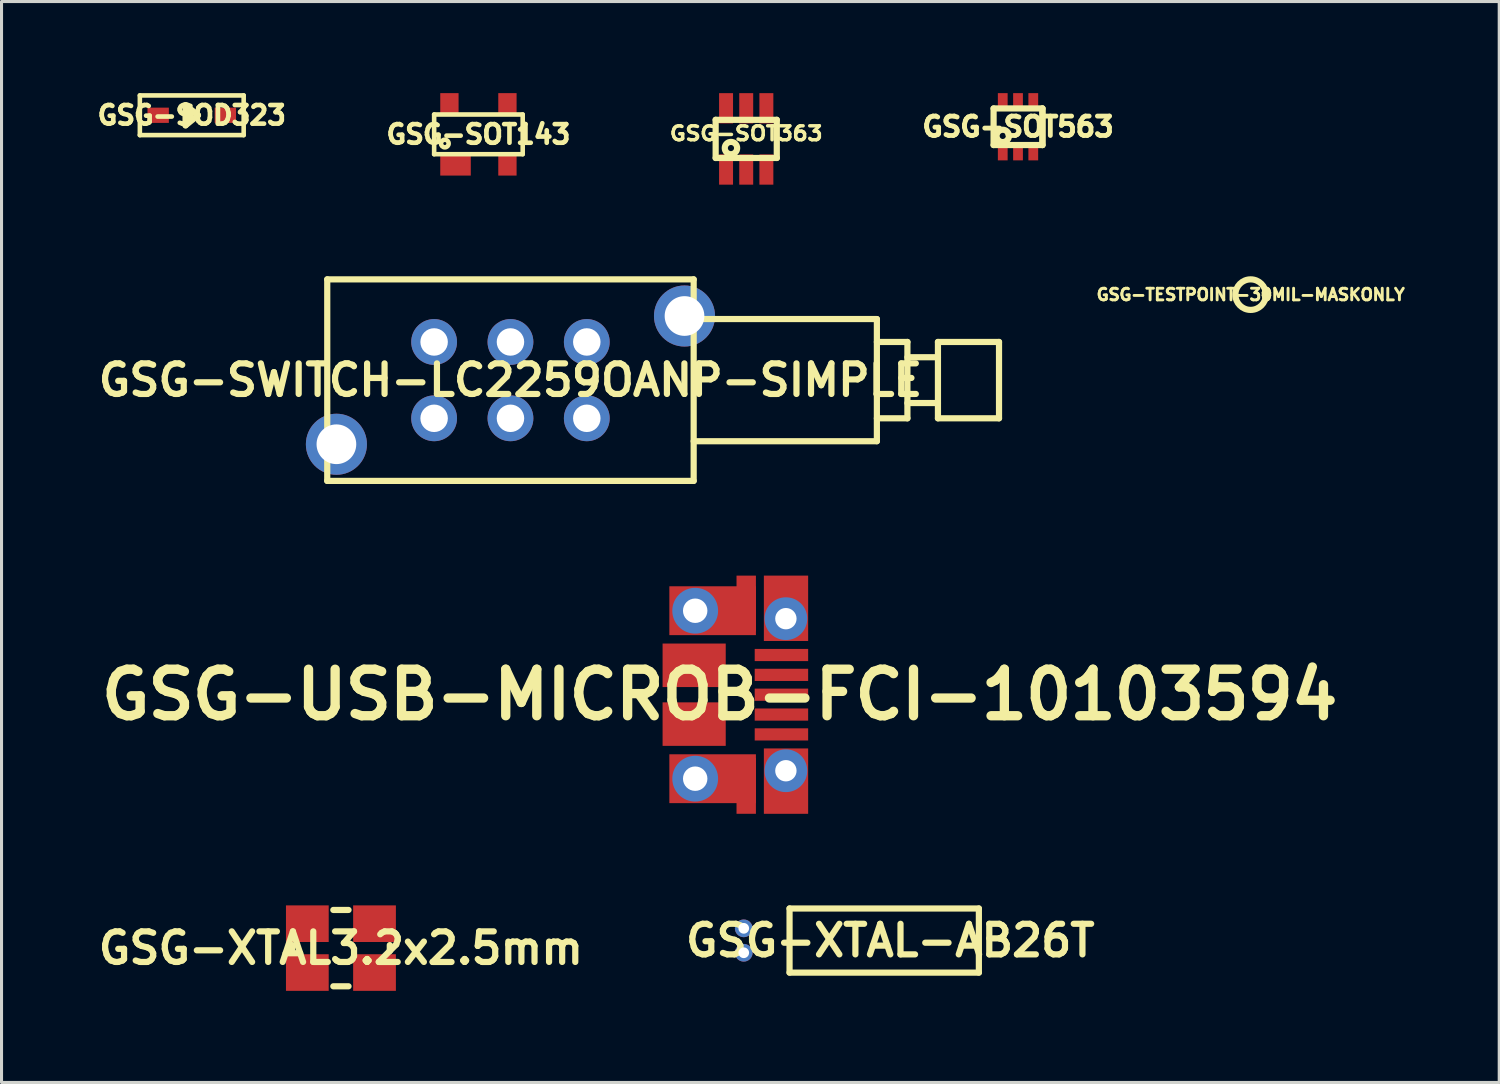
<source format=kicad_pcb>
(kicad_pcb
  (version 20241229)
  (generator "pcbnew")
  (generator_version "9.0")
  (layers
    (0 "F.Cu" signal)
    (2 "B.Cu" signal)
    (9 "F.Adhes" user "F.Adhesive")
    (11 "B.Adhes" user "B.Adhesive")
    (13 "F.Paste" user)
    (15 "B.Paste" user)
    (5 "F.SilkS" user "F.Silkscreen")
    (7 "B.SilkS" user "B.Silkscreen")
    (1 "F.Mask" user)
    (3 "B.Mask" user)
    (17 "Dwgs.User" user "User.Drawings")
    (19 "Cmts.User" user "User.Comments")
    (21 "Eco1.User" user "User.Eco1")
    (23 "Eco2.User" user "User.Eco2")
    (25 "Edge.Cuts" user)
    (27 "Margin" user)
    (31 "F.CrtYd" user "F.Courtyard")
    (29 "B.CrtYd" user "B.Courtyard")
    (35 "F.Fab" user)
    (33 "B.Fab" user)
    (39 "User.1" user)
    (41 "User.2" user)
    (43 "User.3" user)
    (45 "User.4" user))
  (footprint "GSG-XTAL-AB26T"
    (layer "F.Cu")
    (at 21.307 27.752)
    (property "Reference" "GSG-XTAL-AB26T" (at 4.8 0 0) (layer "F.SilkS") (effects (font (size 1.001 1.001) (thickness 0.203))))
    (attr through_hole)
    (fp_line (start 1.5 -1.05) (end 1.5 1.05) (stroke (width 0.203) (type solid)) (layer "F.SilkS"))
    (fp_line (start 1.5 1.05) (end 7.7 1.05) (stroke (width 0.203) (type solid)) (layer "F.SilkS"))
    (fp_line (start 7.7 -1.05) (end 1.5 -1.05) (stroke (width 0.203) (type solid)) (layer "F.SilkS"))
    (fp_line (start 7.7 1.05) (end 7.7 -1.05) (stroke (width 0.203) (type solid)) (layer "F.SilkS"))
    (pad "1" thru_hole circle (at 0 -0.4) (size 0.58 0.58) (drill 0.35) (layers "*.Cu" "*.Mask"))
    (pad "2" thru_hole circle (at 0 0.4) (size 0.58 0.58) (drill 0.35) (layers "*.Cu" "*.Mask")))
  (footprint "GSG-SOT363"
    (layer "F.Cu")
    (at 21.388 1.499)
    (property "Reference" "GSG-SOT363" (at 0 -0.178 0) (layer "F.SilkS") (effects (font (size 0.457 0.508) (thickness 0.114))))
    (attr through_hole)
    (fp_line (start -1.001 -0.625) (end 1.001 -0.625) (stroke (width 0.203) (type solid)) (layer "F.SilkS"))
    (fp_line (start -1.001 0.625) (end -1.001 -0.625) (stroke (width 0.203) (type solid)) (layer "F.SilkS"))
    (fp_line (start 1.001 -0.625) (end 1.001 0.625) (stroke (width 0.203) (type solid)) (layer "F.SilkS"))
    (fp_line (start 1.001 0.625) (end -1.001 0.625) (stroke (width 0.203) (type solid)) (layer "F.SilkS"))
    (fp_circle (center -0.5 0.3) (end -0.399 0.3) (stroke (width 0.203) (type solid)) (fill no) (layer "F.SilkS"))
    (pad "1" smd rect (at -0.66 1.003) (size 0.457 0.991) (layers "F.Cu" "F.Mask" "F.Paste"))
    (pad "2" smd rect (at 0 1.003) (size 0.457 0.991) (layers "F.Cu" "F.Mask" "F.Paste"))
    (pad "3" smd rect (at 0.66 1.003) (size 0.457 0.991) (layers "F.Cu" "F.Mask" "F.Paste"))
    (pad "4" smd rect (at 0.66 -1.003) (size 0.457 0.991) (layers "F.Cu" "F.Mask" "F.Paste"))
    (pad "5" smd rect (at 0 -1.003) (size 0.457 0.991) (layers "F.Cu" "F.Mask" "F.Paste"))
    (pad "6" smd rect (at -0.66 -1.003) (size 0.457 0.991) (layers "F.Cu" "F.Mask" "F.Paste")))
  (footprint "GSG-SOT143"
    (layer "F.Cu")
    (at 12.618 1.35)
    (property "Reference" "GSG-SOT143" (at 0 0 0) (layer "F.SilkS") (effects (font (size 0.61 0.61) (thickness 0.152))))
    (attr through_hole)
    (fp_line (start -1.45 -0.65) (end 1.45 -0.65) (stroke (width 0.15) (type solid)) (layer "F.SilkS"))
    (fp_line (start -1.45 0.65) (end -1.45 -0.65) (stroke (width 0.15) (type solid)) (layer "F.SilkS"))
    (fp_line (start 1.45 -0.65) (end 1.45 0.65) (stroke (width 0.15) (type solid)) (layer "F.SilkS"))
    (fp_line (start 1.45 0.65) (end -1.45 0.65) (stroke (width 0.15) (type solid)) (layer "F.SilkS"))
    (fp_circle (center -1.1 0.3) (end -1.15 0.3) (stroke (width 0.15) (type solid)) (fill no) (layer "F.SilkS"))
    (pad "1" smd rect (at -0.75 1) (size 1 0.7) (layers "F.Cu" "F.Mask" "F.Paste"))
    (pad "2" smd rect (at 0.95 1) (size 0.6 0.7) (layers "F.Cu" "F.Mask" "F.Paste"))
    (pad "3" smd rect (at 0.95 -1) (size 0.6 0.7) (layers "F.Cu" "F.Mask" "F.Paste"))
    (pad "4" smd rect (at -0.95 -1) (size 0.6 0.7) (layers "F.Cu" "F.Mask" "F.Paste")))
  (footprint "GSG-SOD323"
    (layer "F.Cu")
    (at 3.23 0.725)
    (property "Reference" "GSG-SOD323" (at 0 0 0) (layer "F.SilkS") (effects (font (size 0.61 0.61) (thickness 0.152))))
    (attr through_hole)
    (fp_line (start -1.7 -0.65) (end 1.7 -0.65) (stroke (width 0.15) (type solid)) (layer "F.SilkS"))
    (fp_line (start -1.7 0.65) (end -1.7 -0.65) (stroke (width 0.15) (type solid)) (layer "F.SilkS"))
    (fp_line (start -0.203 -0.33) (end -0.203 0.33) (stroke (width 0.203) (type solid)) (layer "F.SilkS"))
    (fp_line (start -0.203 0.33) (end 0.203 0) (stroke (width 0.203) (type solid)) (layer "F.SilkS"))
    (fp_line (start -0.051 0.076) (end -0.051 -0.076) (stroke (width 0.203) (type solid)) (layer "F.SilkS"))
    (fp_line (start 0.203 0) (end -0.203 -0.33) (stroke (width 0.203) (type solid)) (layer "F.SilkS"))
    (fp_line (start 1.7 -0.65) (end 1.7 0.65) (stroke (width 0.15) (type solid)) (layer "F.SilkS"))
    (fp_line (start 1.7 0.65) (end -1.7 0.65) (stroke (width 0.15) (type solid)) (layer "F.SilkS"))
    (pad "1" smd rect (at -1.1 0) (size 0.7 0.5) (layers "F.Cu" "F.Mask" "F.Paste"))
    (pad "2" smd rect (at 1.1 0) (size 0.7 0.5) (layers "F.Cu" "F.Mask" "F.Paste")))
  (footprint "GSG-XTAL3.2x2.5mm"
    (layer "F.Cu")
    (at 8.115 28)
    (property "Reference" "GSG-XTAL3.2x2.5mm" (at 0 0 0) (layer "F.SilkS") (effects (font (size 1.001 1.001) (thickness 0.203))))
    (attr through_hole)
    (fp_line (start -1.6 0.099) (end -1.6 -0.099) (stroke (width 0.203) (type solid)) (layer "F.SilkS"))
    (fp_line (start -0.249 -1.25) (end 0.249 -1.25) (stroke (width 0.203) (type solid)) (layer "F.SilkS"))
    (fp_line (start -0.249 1.25) (end 0.249 1.25) (stroke (width 0.203) (type solid)) (layer "F.SilkS"))
    (fp_line (start 1.6 0.099) (end 1.6 -0.099) (stroke (width 0.203) (type solid)) (layer "F.SilkS"))
    (pad "1" smd rect (at -1.1 0.8) (size 1.4 1.199) (layers "F.Cu" "F.Mask" "F.Paste"))
    (pad "2" smd rect (at 1.1 0.8) (size 1.4 1.199) (layers "F.Cu" "F.Mask" "F.Paste"))
    (pad "3" smd rect (at 1.1 -0.8) (size 1.4 1.199) (layers "F.Cu" "F.Mask" "F.Paste"))
    (pad "4" smd rect (at -1.1 -0.8) (size 1.4 1.199) (layers "F.Cu" "F.Mask" "F.Paste")))
  (footprint "GSG-USB-MICROB-FCI-10103594"
    (layer "F.Cu")
    (at 18.017 19.701)
    (property "Reference" "GSG-USB-MICROB-FCI-10103594" (at 2.499 0 0) (layer "F.SilkS") (effects (font (size 1.524 1.524) (thickness 0.305))))
    (attr through_hole)
    (pad "0" smd rect (at 1.666 -0.963) (size 2.068 1.425) (layers "F.Cu" "F.Mask" "F.Paste"))
    (pad "0" smd rect (at 1.666 0.963) (size 2.068 1.425) (layers "F.Cu" "F.Mask" "F.Paste"))
    (pad "0" thru_hole circle (at 1.7 -2.75) (size 1.5 1.5) (drill 0.8) (layers "*.Cu" "*.Mask"))
    (pad "0" thru_hole circle (at 1.7 2.75) (size 1.5 1.5) (drill 0.8) (layers "*.Cu" "*.Mask"))
    (pad "0" smd rect (at 2.271 -2.751) (size 2.835 1.6) (layers "F.Cu" "F.Mask" "F.Paste"))
    (pad "0" smd rect (at 2.271 2.751) (size 2.835 1.6) (layers "F.Cu" "F.Mask" "F.Paste"))
    (pad "0" smd rect (at 3.371 -2.987) (size 0.635 1.826) (layers "F.Cu" "F.Mask"))
    (pad "0" smd rect (at 3.371 2.987) (size 0.635 1.826) (layers "F.Cu" "F.Mask"))
    (pad "0" thru_hole circle (at 4.67 -2.49) (size 1.4 1.4) (drill 0.7) (layers "*.Cu" "*.Mask"))
    (pad "0" thru_hole circle (at 4.67 2.49) (size 1.4 1.4) (drill 0.7) (layers "*.Cu" "*.Mask"))
    (pad "0" smd rect (at 4.674 -2.83) (size 1.45 2.141) (layers "F.Cu" "F.Mask" "F.Paste"))
    (pad "0" smd rect (at 4.674 2.83) (size 1.45 2.141) (layers "F.Cu" "F.Mask" "F.Paste"))
    (pad "1" smd rect (at 4.524 -1.3) (size 1.75 0.399) (layers "F.Cu" "F.Mask" "F.Paste"))
    (pad "2" smd rect (at 4.524 -0.65) (size 1.75 0.399) (layers "F.Cu" "F.Mask" "F.Paste"))
    (pad "3" smd rect (at 4.524 0) (size 1.75 0.399) (layers "F.Cu" "F.Mask" "F.Paste"))
    (pad "4" smd rect (at 4.524 0.65) (size 1.75 0.399) (layers "F.Cu" "F.Mask" "F.Paste"))
    (pad "5" smd rect (at 4.524 1.3) (size 1.75 0.399) (layers "F.Cu" "F.Mask" "F.Paste")))
  (footprint "GSG-TESTPOINT-30MIL-MASKONLY"
    (layer "F.Cu")
    (at 37.908 6.599)
    (property "Reference" "GSG-TESTPOINT-30MIL-MASKONLY" (at 0 0 0) (layer "F.SilkS") (effects (font (size 0.381 0.381) (thickness 0.095))))
    (attr through_hole)
    (fp_circle (center 0 0) (end 0.5 0) (stroke (width 0.203) (type solid)) (fill no) (layer "F.SilkS"))
    (pad "" smd circle (at 0 0) (size 0.762 0.762) (layers "F.Mask")))
  (footprint "GSG-SOT563"
    (layer "F.Cu")
    (at 30.289 1.101)
    (property "Reference" "GSG-SOT563" (at 0 0 0) (layer "F.SilkS") (effects (font (size 0.635 0.635) (thickness 0.16))))
    (attr through_hole)
    (fp_line (start -0.8 -0.599) (end -0.8 0.599) (stroke (width 0.203) (type solid)) (layer "F.SilkS"))
    (fp_line (start -0.8 -0.599) (end 0.8 -0.599) (stroke (width 0.203) (type solid)) (layer "F.SilkS"))
    (fp_line (start 0.8 -0.599) (end 0.8 0.599) (stroke (width 0.203) (type solid)) (layer "F.SilkS"))
    (fp_line (start 0.8 -0.599) (end 0.8 0.599) (stroke (width 0.203) (type solid)) (layer "F.SilkS"))
    (fp_line (start 0.8 0.599) (end -0.8 0.599) (stroke (width 0.203) (type solid)) (layer "F.SilkS"))
    (fp_circle (center -0.5 0.3) (end -0.399 0.3) (stroke (width 0.203) (type solid)) (fill no) (layer "F.SilkS"))
    (pad "1" smd rect (at -0.5 0.851) (size 0.32 0.5) (layers "F.Cu" "F.Mask" "F.Paste"))
    (pad "2" smd rect (at 0 0.851) (size 0.32 0.5) (layers "F.Cu" "F.Mask" "F.Paste"))
    (pad "3" smd rect (at 0.5 0.851) (size 0.32 0.5) (layers "F.Cu" "F.Mask" "F.Paste"))
    (pad "4" smd rect (at 0.5 -0.851) (size 0.32 0.5) (layers "F.Cu" "F.Mask" "F.Paste"))
    (pad "5" smd rect (at 0 -0.851) (size 0.32 0.5) (layers "F.Cu" "F.Mask" "F.Paste"))
    (pad "6" smd rect (at -0.5 -0.851) (size 0.32 0.5) (layers "F.Cu" "F.Mask" "F.Paste")))
  (footprint "GSG-SWITCH-LC2259OANP-SIMPLE"
    (layer "F.Cu")
    (at 13.667 9.399)
    (property "Reference" "GSG-SWITCH-LC2259OANP-SIMPLE" (at 0 0 0) (layer "F.SilkS") (effects (font (size 1.001 1.001) (thickness 0.203))))
    (attr through_hole)
    (fp_line (start -6 -3.3) (end -6 3.3) (stroke (width 0.203) (type solid)) (layer "F.SilkS"))
    (fp_line (start -6 3.3) (end 6 3.3) (stroke (width 0.203) (type solid)) (layer "F.SilkS"))
    (fp_line (start 6 -3.3) (end -6 -3.3) (stroke (width 0.203) (type solid)) (layer "F.SilkS"))
    (fp_line (start 6 -2) (end 12 -2) (stroke (width 0.203) (type solid)) (layer "F.SilkS"))
    (fp_line (start 6 3.3) (end 6 -3.3) (stroke (width 0.203) (type solid)) (layer "F.SilkS"))
    (fp_line (start 12 -2) (end 12 2) (stroke (width 0.203) (type solid)) (layer "F.SilkS"))
    (fp_line (start 12 -1.25) (end 13 -1.25) (stroke (width 0.203) (type solid)) (layer "F.SilkS"))
    (fp_line (start 12 2) (end 6 2) (stroke (width 0.203) (type solid)) (layer "F.SilkS"))
    (fp_line (start 13 -1.25) (end 13 1.25) (stroke (width 0.203) (type solid)) (layer "F.SilkS"))
    (fp_line (start 13 -0.75) (end 14 -0.75) (stroke (width 0.203) (type solid)) (layer "F.SilkS"))
    (fp_line (start 13 1.25) (end 12 1.25) (stroke (width 0.203) (type solid)) (layer "F.SilkS"))
    (fp_line (start 14 -1.25) (end 16 -1.25) (stroke (width 0.203) (type solid)) (layer "F.SilkS"))
    (fp_line (start 14 0.75) (end 13 0.75) (stroke (width 0.203) (type solid)) (layer "F.SilkS"))
    (fp_line (start 14 1.25) (end 14 -1.25) (stroke (width 0.203) (type solid)) (layer "F.SilkS"))
    (fp_line (start 16 -1.25) (end 16 1.25) (stroke (width 0.203) (type solid)) (layer "F.SilkS"))
    (fp_line (start 16 1.25) (end 14 1.25) (stroke (width 0.203) (type solid)) (layer "F.SilkS"))
    (pad "0" thru_hole circle (at -5.7 2.1) (size 2 2) (drill 1.3) (layers "*.Cu" "*.Mask"))
    (pad "0" thru_hole circle (at 5.7 -2.1) (size 2 2) (drill 1.3) (layers "*.Cu" "*.Mask"))
    (pad "1" thru_hole circle (at -2.5 -1.25) (size 1.5 1.5) (drill 0.9) (layers "*.Cu" "*.Mask"))
    (pad "1" thru_hole circle (at -2.5 1.25) (size 1.5 1.5) (drill 0.9) (layers "*.Cu" "*.Mask"))
    (pad "2" thru_hole circle (at 0 -1.25) (size 1.5 1.5) (drill 0.9) (layers "*.Cu" "*.Mask"))
    (pad "2" thru_hole circle (at 0 1.25) (size 1.5 1.5) (drill 0.9) (layers "*.Cu" "*.Mask"))
    (pad "3" thru_hole circle (at 2.5 -1.25) (size 1.5 1.5) (drill 0.9) (layers "*.Cu" "*.Mask"))
    (pad "3" thru_hole circle (at 2.5 1.25) (size 1.5 1.5) (drill 0.9) (layers "*.Cu" "*.Mask")))
  (gr_rect
    (start -3 -3)
    (end 46.048 32.4)
    (stroke (width 0.1) (type default))
    (fill no)
    (layer "Edge.Cuts")))
</source>
